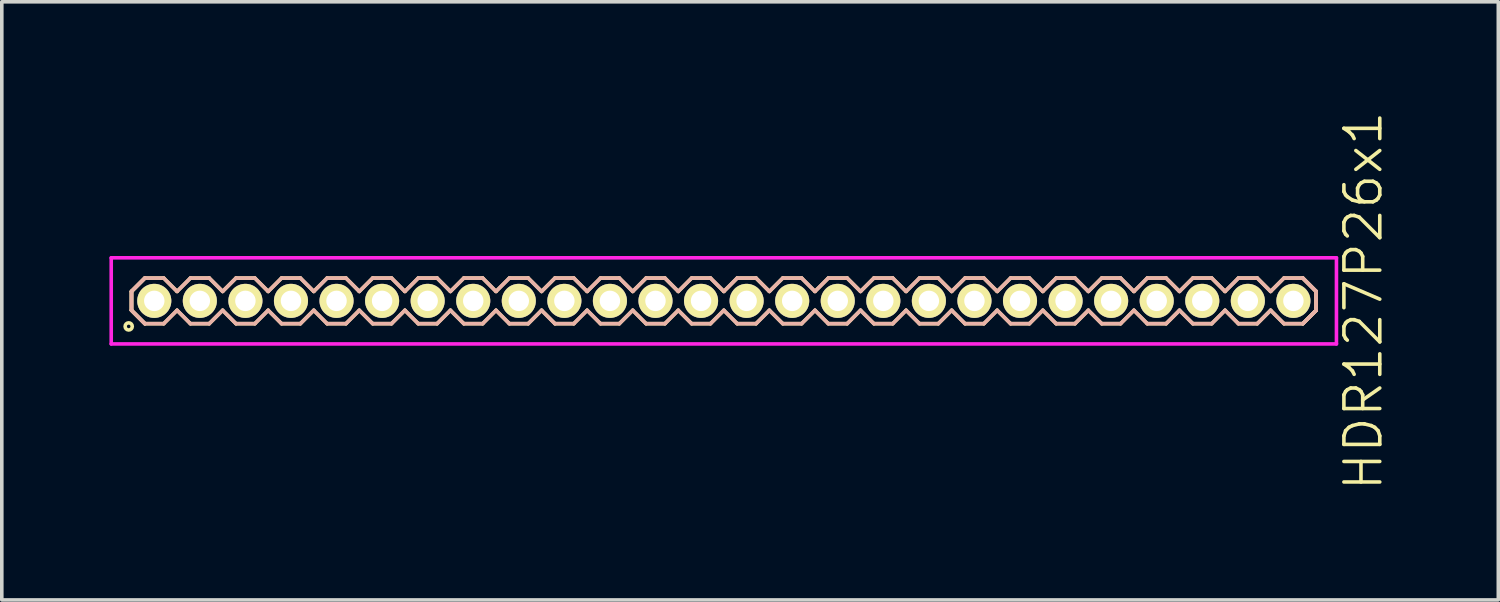
<source format=kicad_pcb>
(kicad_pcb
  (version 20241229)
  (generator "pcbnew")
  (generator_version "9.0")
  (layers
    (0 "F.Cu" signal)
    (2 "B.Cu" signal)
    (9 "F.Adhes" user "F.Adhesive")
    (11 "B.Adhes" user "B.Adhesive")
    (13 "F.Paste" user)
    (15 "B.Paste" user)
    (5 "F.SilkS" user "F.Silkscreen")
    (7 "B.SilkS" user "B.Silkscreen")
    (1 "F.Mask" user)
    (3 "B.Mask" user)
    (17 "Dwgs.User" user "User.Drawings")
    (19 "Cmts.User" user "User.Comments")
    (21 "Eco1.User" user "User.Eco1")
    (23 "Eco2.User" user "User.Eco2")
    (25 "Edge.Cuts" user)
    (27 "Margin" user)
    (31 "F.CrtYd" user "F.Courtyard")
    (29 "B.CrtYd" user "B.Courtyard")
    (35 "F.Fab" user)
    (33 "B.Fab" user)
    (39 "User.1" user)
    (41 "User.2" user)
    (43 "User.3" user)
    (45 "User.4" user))
  (footprint "HDR127P26x1"
    (layer "F.Cu")
    (at 17.125 5.336)
    (property "Reference" "HDR127P26x1" (at 17.825 0 90) (layer "F.SilkS") (effects (font (size 1 1) (thickness 0.1))))
    (attr through_hole)
    (fp_line (start -16.51 -0.263) (end -16.138 -0.635) (stroke (width 0.1) (type solid)) (layer "F.SilkS"))
    (fp_line (start -16.51 -0.263) (end -16.138 -0.635) (stroke (width 0.1) (type solid)) (layer "F.SilkS"))
    (fp_line (start -16.51 0.263) (end -16.51 -0.263) (stroke (width 0.1) (type solid)) (layer "F.SilkS"))
    (fp_line (start -16.51 0.263) (end -16.51 -0.263) (stroke (width 0.1) (type solid)) (layer "F.SilkS"))
    (fp_line (start -16.138 -0.635) (end -15.612 -0.635) (stroke (width 0.1) (type solid)) (layer "F.SilkS"))
    (fp_line (start -16.138 0.635) (end -16.51 0.263) (stroke (width 0.1) (type solid)) (layer "F.SilkS"))
    (fp_line (start -16.138 0.635) (end -16.51 0.263) (stroke (width 0.1) (type solid)) (layer "F.SilkS"))
    (fp_line (start -15.612 -0.635) (end -15.24 -0.263) (stroke (width 0.1) (type solid)) (layer "F.SilkS"))
    (fp_line (start -15.612 0.635) (end -16.138 0.635) (stroke (width 0.1) (type solid)) (layer "F.SilkS"))
    (fp_line (start -15.24 -0.263) (end -14.868 -0.635) (stroke (width 0.1) (type solid)) (layer "F.SilkS"))
    (fp_line (start -15.24 0.263) (end -15.612 0.635) (stroke (width 0.1) (type solid)) (layer "F.SilkS"))
    (fp_line (start -14.868 -0.635) (end -14.342 -0.635) (stroke (width 0.1) (type solid)) (layer "F.SilkS"))
    (fp_line (start -14.868 0.635) (end -15.24 0.263) (stroke (width 0.1) (type solid)) (layer "F.SilkS"))
    (fp_line (start -14.342 -0.635) (end -13.97 -0.263) (stroke (width 0.1) (type solid)) (layer "F.SilkS"))
    (fp_line (start -14.342 0.635) (end -14.868 0.635) (stroke (width 0.1) (type solid)) (layer "F.SilkS"))
    (fp_line (start -13.97 -0.263) (end -13.598 -0.635) (stroke (width 0.1) (type solid)) (layer "F.SilkS"))
    (fp_line (start -13.97 0.263) (end -14.342 0.635) (stroke (width 0.1) (type solid)) (layer "F.SilkS"))
    (fp_line (start -13.598 -0.635) (end -13.072 -0.635) (stroke (width 0.1) (type solid)) (layer "F.SilkS"))
    (fp_line (start -13.598 0.635) (end -13.97 0.263) (stroke (width 0.1) (type solid)) (layer "F.SilkS"))
    (fp_line (start -13.072 -0.635) (end -12.7 -0.263) (stroke (width 0.1) (type solid)) (layer "F.SilkS"))
    (fp_line (start -13.072 0.635) (end -13.598 0.635) (stroke (width 0.1) (type solid)) (layer "F.SilkS"))
    (fp_line (start -12.7 -0.263) (end -12.328 -0.635) (stroke (width 0.1) (type solid)) (layer "F.SilkS"))
    (fp_line (start -12.7 0.263) (end -13.072 0.635) (stroke (width 0.1) (type solid)) (layer "F.SilkS"))
    (fp_line (start -12.328 -0.635) (end -11.802 -0.635) (stroke (width 0.1) (type solid)) (layer "F.SilkS"))
    (fp_line (start -12.328 0.635) (end -12.7 0.263) (stroke (width 0.1) (type solid)) (layer "F.SilkS"))
    (fp_line (start -11.802 -0.635) (end -11.43 -0.263) (stroke (width 0.1) (type solid)) (layer "F.SilkS"))
    (fp_line (start -11.802 0.635) (end -12.328 0.635) (stroke (width 0.1) (type solid)) (layer "F.SilkS"))
    (fp_line (start -11.43 -0.263) (end -11.058 -0.635) (stroke (width 0.1) (type solid)) (layer "F.SilkS"))
    (fp_line (start -11.43 0.263) (end -11.802 0.635) (stroke (width 0.1) (type solid)) (layer "F.SilkS"))
    (fp_line (start -11.058 -0.635) (end -10.532 -0.635) (stroke (width 0.1) (type solid)) (layer "F.SilkS"))
    (fp_line (start -11.058 0.635) (end -11.43 0.263) (stroke (width 0.1) (type solid)) (layer "F.SilkS"))
    (fp_line (start -10.532 -0.635) (end -10.16 -0.263) (stroke (width 0.1) (type solid)) (layer "F.SilkS"))
    (fp_line (start -10.532 0.635) (end -11.058 0.635) (stroke (width 0.1) (type solid)) (layer "F.SilkS"))
    (fp_line (start -10.16 -0.263) (end -9.788 -0.635) (stroke (width 0.1) (type solid)) (layer "F.SilkS"))
    (fp_line (start -10.16 0.263) (end -10.532 0.635) (stroke (width 0.1) (type solid)) (layer "F.SilkS"))
    (fp_line (start -9.788 -0.635) (end -9.262 -0.635) (stroke (width 0.1) (type solid)) (layer "F.SilkS"))
    (fp_line (start -9.788 0.635) (end -10.16 0.263) (stroke (width 0.1) (type solid)) (layer "F.SilkS"))
    (fp_line (start -9.262 -0.635) (end -8.89 -0.263) (stroke (width 0.1) (type solid)) (layer "F.SilkS"))
    (fp_line (start -9.262 0.635) (end -9.788 0.635) (stroke (width 0.1) (type solid)) (layer "F.SilkS"))
    (fp_line (start -8.89 -0.263) (end -8.518 -0.635) (stroke (width 0.1) (type solid)) (layer "F.SilkS"))
    (fp_line (start -8.89 0.263) (end -9.262 0.635) (stroke (width 0.1) (type solid)) (layer "F.SilkS"))
    (fp_line (start -8.518 -0.635) (end -7.992 -0.635) (stroke (width 0.1) (type solid)) (layer "F.SilkS"))
    (fp_line (start -8.518 0.635) (end -8.89 0.263) (stroke (width 0.1) (type solid)) (layer "F.SilkS"))
    (fp_line (start -7.992 -0.635) (end -7.62 -0.263) (stroke (width 0.1) (type solid)) (layer "F.SilkS"))
    (fp_line (start -7.992 0.635) (end -8.518 0.635) (stroke (width 0.1) (type solid)) (layer "F.SilkS"))
    (fp_line (start -7.62 -0.263) (end -7.248 -0.635) (stroke (width 0.1) (type solid)) (layer "F.SilkS"))
    (fp_line (start -7.62 0.263) (end -7.992 0.635) (stroke (width 0.1) (type solid)) (layer "F.SilkS"))
    (fp_line (start -7.248 -0.635) (end -6.722 -0.635) (stroke (width 0.1) (type solid)) (layer "F.SilkS"))
    (fp_line (start -7.248 0.635) (end -7.62 0.263) (stroke (width 0.1) (type solid)) (layer "F.SilkS"))
    (fp_line (start -6.722 -0.635) (end -6.35 -0.263) (stroke (width 0.1) (type solid)) (layer "F.SilkS"))
    (fp_line (start -6.722 0.635) (end -7.248 0.635) (stroke (width 0.1) (type solid)) (layer "F.SilkS"))
    (fp_line (start -6.35 -0.263) (end -5.978 -0.635) (stroke (width 0.1) (type solid)) (layer "F.SilkS"))
    (fp_line (start -6.35 0.263) (end -6.722 0.635) (stroke (width 0.1) (type solid)) (layer "F.SilkS"))
    (fp_line (start -5.978 -0.635) (end -5.452 -0.635) (stroke (width 0.1) (type solid)) (layer "F.SilkS"))
    (fp_line (start -5.978 0.635) (end -6.35 0.263) (stroke (width 0.1) (type solid)) (layer "F.SilkS"))
    (fp_line (start -5.452 -0.635) (end -5.08 -0.263) (stroke (width 0.1) (type solid)) (layer "F.SilkS"))
    (fp_line (start -5.452 0.635) (end -5.978 0.635) (stroke (width 0.1) (type solid)) (layer "F.SilkS"))
    (fp_line (start -5.08 -0.263) (end -4.708 -0.635) (stroke (width 0.1) (type solid)) (layer "F.SilkS"))
    (fp_line (start -5.08 0.263) (end -5.452 0.635) (stroke (width 0.1) (type solid)) (layer "F.SilkS"))
    (fp_line (start -4.708 -0.635) (end -4.182 -0.635) (stroke (width 0.1) (type solid)) (layer "F.SilkS"))
    (fp_line (start -4.708 0.635) (end -5.08 0.263) (stroke (width 0.1) (type solid)) (layer "F.SilkS"))
    (fp_line (start -4.182 -0.635) (end -3.81 -0.263) (stroke (width 0.1) (type solid)) (layer "F.SilkS"))
    (fp_line (start -4.182 0.635) (end -4.708 0.635) (stroke (width 0.1) (type solid)) (layer "F.SilkS"))
    (fp_line (start -3.81 -0.263) (end -3.438 -0.635) (stroke (width 0.1) (type solid)) (layer "F.SilkS"))
    (fp_line (start -3.81 0.263) (end -4.182 0.635) (stroke (width 0.1) (type solid)) (layer "F.SilkS"))
    (fp_line (start -3.438 -0.635) (end -2.912 -0.635) (stroke (width 0.1) (type solid)) (layer "F.SilkS"))
    (fp_line (start -3.438 0.635) (end -3.81 0.263) (stroke (width 0.1) (type solid)) (layer "F.SilkS"))
    (fp_line (start -2.912 -0.635) (end -2.54 -0.263) (stroke (width 0.1) (type solid)) (layer "F.SilkS"))
    (fp_line (start -2.912 0.635) (end -3.438 0.635) (stroke (width 0.1) (type solid)) (layer "F.SilkS"))
    (fp_line (start -2.54 -0.263) (end -2.168 -0.635) (stroke (width 0.1) (type solid)) (layer "F.SilkS"))
    (fp_line (start -2.54 0.263) (end -2.912 0.635) (stroke (width 0.1) (type solid)) (layer "F.SilkS"))
    (fp_line (start -2.168 -0.635) (end -1.642 -0.635) (stroke (width 0.1) (type solid)) (layer "F.SilkS"))
    (fp_line (start -2.168 0.635) (end -2.54 0.263) (stroke (width 0.1) (type solid)) (layer "F.SilkS"))
    (fp_line (start -1.642 -0.635) (end -1.27 -0.263) (stroke (width 0.1) (type solid)) (layer "F.SilkS"))
    (fp_line (start -1.642 0.635) (end -2.168 0.635) (stroke (width 0.1) (type solid)) (layer "F.SilkS"))
    (fp_line (start -1.27 -0.263) (end -0.898 -0.635) (stroke (width 0.1) (type solid)) (layer "F.SilkS"))
    (fp_line (start -1.27 0.263) (end -1.642 0.635) (stroke (width 0.1) (type solid)) (layer "F.SilkS"))
    (fp_line (start -0.898 -0.635) (end -0.372 -0.635) (stroke (width 0.1) (type solid)) (layer "F.SilkS"))
    (fp_line (start -0.898 0.635) (end -1.27 0.263) (stroke (width 0.1) (type solid)) (layer "F.SilkS"))
    (fp_line (start -0.372 -0.635) (end 0 -0.263) (stroke (width 0.1) (type solid)) (layer "F.SilkS"))
    (fp_line (start -0.372 0.635) (end -0.898 0.635) (stroke (width 0.1) (type solid)) (layer "F.SilkS"))
    (fp_line (start 0 -0.263) (end 0.372 -0.635) (stroke (width 0.1) (type solid)) (layer "F.SilkS"))
    (fp_line (start 0 0.263) (end -0.372 0.635) (stroke (width 0.1) (type solid)) (layer "F.SilkS"))
    (fp_line (start 0.372 -0.635) (end 0.898 -0.635) (stroke (width 0.1) (type solid)) (layer "F.SilkS"))
    (fp_line (start 0.372 0.635) (end 0 0.263) (stroke (width 0.1) (type solid)) (layer "F.SilkS"))
    (fp_line (start 0.898 -0.635) (end 1.27 -0.263) (stroke (width 0.1) (type solid)) (layer "F.SilkS"))
    (fp_line (start 0.898 0.635) (end 0.372 0.635) (stroke (width 0.1) (type solid)) (layer "F.SilkS"))
    (fp_line (start 1.27 -0.263) (end 1.642 -0.635) (stroke (width 0.1) (type solid)) (layer "F.SilkS"))
    (fp_line (start 1.27 0.263) (end 0.898 0.635) (stroke (width 0.1) (type solid)) (layer "F.SilkS"))
    (fp_line (start 1.642 -0.635) (end 2.168 -0.635) (stroke (width 0.1) (type solid)) (layer "F.SilkS"))
    (fp_line (start 1.642 0.635) (end 1.27 0.263) (stroke (width 0.1) (type solid)) (layer "F.SilkS"))
    (fp_line (start 2.168 -0.635) (end 2.54 -0.263) (stroke (width 0.1) (type solid)) (layer "F.SilkS"))
    (fp_line (start 2.168 0.635) (end 1.642 0.635) (stroke (width 0.1) (type solid)) (layer "F.SilkS"))
    (fp_line (start 2.54 -0.263) (end 2.912 -0.635) (stroke (width 0.1) (type solid)) (layer "F.SilkS"))
    (fp_line (start 2.54 0.263) (end 2.168 0.635) (stroke (width 0.1) (type solid)) (layer "F.SilkS"))
    (fp_line (start 2.912 -0.635) (end 3.438 -0.635) (stroke (width 0.1) (type solid)) (layer "F.SilkS"))
    (fp_line (start 2.912 0.635) (end 2.54 0.263) (stroke (width 0.1) (type solid)) (layer "F.SilkS"))
    (fp_line (start 3.438 -0.635) (end 3.81 -0.263) (stroke (width 0.1) (type solid)) (layer "F.SilkS"))
    (fp_line (start 3.438 0.635) (end 2.912 0.635) (stroke (width 0.1) (type solid)) (layer "F.SilkS"))
    (fp_line (start 3.81 -0.263) (end 4.182 -0.635) (stroke (width 0.1) (type solid)) (layer "F.SilkS"))
    (fp_line (start 3.81 0.263) (end 3.438 0.635) (stroke (width 0.1) (type solid)) (layer "F.SilkS"))
    (fp_line (start 4.182 -0.635) (end 4.708 -0.635) (stroke (width 0.1) (type solid)) (layer "F.SilkS"))
    (fp_line (start 4.182 0.635) (end 3.81 0.263) (stroke (width 0.1) (type solid)) (layer "F.SilkS"))
    (fp_line (start 4.708 -0.635) (end 5.08 -0.263) (stroke (width 0.1) (type solid)) (layer "F.SilkS"))
    (fp_line (start 4.708 0.635) (end 4.182 0.635) (stroke (width 0.1) (type solid)) (layer "F.SilkS"))
    (fp_line (start 5.08 -0.263) (end 5.452 -0.635) (stroke (width 0.1) (type solid)) (layer "F.SilkS"))
    (fp_line (start 5.08 0.263) (end 4.708 0.635) (stroke (width 0.1) (type solid)) (layer "F.SilkS"))
    (fp_line (start 5.452 -0.635) (end 5.978 -0.635) (stroke (width 0.1) (type solid)) (layer "F.SilkS"))
    (fp_line (start 5.452 0.635) (end 5.08 0.263) (stroke (width 0.1) (type solid)) (layer "F.SilkS"))
    (fp_line (start 5.978 -0.635) (end 6.35 -0.263) (stroke (width 0.1) (type solid)) (layer "F.SilkS"))
    (fp_line (start 5.978 0.635) (end 5.452 0.635) (stroke (width 0.1) (type solid)) (layer "F.SilkS"))
    (fp_line (start 6.35 -0.263) (end 6.722 -0.635) (stroke (width 0.1) (type solid)) (layer "F.SilkS"))
    (fp_line (start 6.35 0.263) (end 5.978 0.635) (stroke (width 0.1) (type solid)) (layer "F.SilkS"))
    (fp_line (start 6.722 -0.635) (end 7.248 -0.635) (stroke (width 0.1) (type solid)) (layer "F.SilkS"))
    (fp_line (start 6.722 0.635) (end 6.35 0.263) (stroke (width 0.1) (type solid)) (layer "F.SilkS"))
    (fp_line (start 7.248 -0.635) (end 7.62 -0.263) (stroke (width 0.1) (type solid)) (layer "F.SilkS"))
    (fp_line (start 7.248 0.635) (end 6.722 0.635) (stroke (width 0.1) (type solid)) (layer "F.SilkS"))
    (fp_line (start 7.62 -0.263) (end 7.992 -0.635) (stroke (width 0.1) (type solid)) (layer "F.SilkS"))
    (fp_line (start 7.62 0.263) (end 7.248 0.635) (stroke (width 0.1) (type solid)) (layer "F.SilkS"))
    (fp_line (start 7.992 -0.635) (end 8.518 -0.635) (stroke (width 0.1) (type solid)) (layer "F.SilkS"))
    (fp_line (start 7.992 0.635) (end 7.62 0.263) (stroke (width 0.1) (type solid)) (layer "F.SilkS"))
    (fp_line (start 8.518 -0.635) (end 8.89 -0.263) (stroke (width 0.1) (type solid)) (layer "F.SilkS"))
    (fp_line (start 8.518 0.635) (end 7.992 0.635) (stroke (width 0.1) (type solid)) (layer "F.SilkS"))
    (fp_line (start 8.89 -0.263) (end 9.262 -0.635) (stroke (width 0.1) (type solid)) (layer "F.SilkS"))
    (fp_line (start 8.89 0.263) (end 8.518 0.635) (stroke (width 0.1) (type solid)) (layer "F.SilkS"))
    (fp_line (start 9.262 -0.635) (end 9.788 -0.635) (stroke (width 0.1) (type solid)) (layer "F.SilkS"))
    (fp_line (start 9.262 0.635) (end 8.89 0.263) (stroke (width 0.1) (type solid)) (layer "F.SilkS"))
    (fp_line (start 9.788 -0.635) (end 10.16 -0.263) (stroke (width 0.1) (type solid)) (layer "F.SilkS"))
    (fp_line (start 9.788 0.635) (end 9.262 0.635) (stroke (width 0.1) (type solid)) (layer "F.SilkS"))
    (fp_line (start 10.16 -0.263) (end 10.532 -0.635) (stroke (width 0.1) (type solid)) (layer "F.SilkS"))
    (fp_line (start 10.16 0.263) (end 9.788 0.635) (stroke (width 0.1) (type solid)) (layer "F.SilkS"))
    (fp_line (start 10.532 -0.635) (end 11.058 -0.635) (stroke (width 0.1) (type solid)) (layer "F.SilkS"))
    (fp_line (start 10.532 0.635) (end 10.16 0.263) (stroke (width 0.1) (type solid)) (layer "F.SilkS"))
    (fp_line (start 11.058 -0.635) (end 11.43 -0.263) (stroke (width 0.1) (type solid)) (layer "F.SilkS"))
    (fp_line (start 11.058 0.635) (end 10.532 0.635) (stroke (width 0.1) (type solid)) (layer "F.SilkS"))
    (fp_line (start 11.43 -0.263) (end 11.802 -0.635) (stroke (width 0.1) (type solid)) (layer "F.SilkS"))
    (fp_line (start 11.43 0.263) (end 11.058 0.635) (stroke (width 0.1) (type solid)) (layer "F.SilkS"))
    (fp_line (start 11.802 -0.635) (end 12.328 -0.635) (stroke (width 0.1) (type solid)) (layer "F.SilkS"))
    (fp_line (start 11.802 0.635) (end 11.43 0.263) (stroke (width 0.1) (type solid)) (layer "F.SilkS"))
    (fp_line (start 12.328 -0.635) (end 12.7 -0.263) (stroke (width 0.1) (type solid)) (layer "F.SilkS"))
    (fp_line (start 12.328 0.635) (end 11.802 0.635) (stroke (width 0.1) (type solid)) (layer "F.SilkS"))
    (fp_line (start 12.7 -0.263) (end 13.072 -0.635) (stroke (width 0.1) (type solid)) (layer "F.SilkS"))
    (fp_line (start 12.7 0.263) (end 12.328 0.635) (stroke (width 0.1) (type solid)) (layer "F.SilkS"))
    (fp_line (start 13.072 -0.635) (end 13.598 -0.635) (stroke (width 0.1) (type solid)) (layer "F.SilkS"))
    (fp_line (start 13.072 0.635) (end 12.7 0.263) (stroke (width 0.1) (type solid)) (layer "F.SilkS"))
    (fp_line (start 13.598 -0.635) (end 13.97 -0.263) (stroke (width 0.1) (type solid)) (layer "F.SilkS"))
    (fp_line (start 13.598 0.635) (end 13.072 0.635) (stroke (width 0.1) (type solid)) (layer "F.SilkS"))
    (fp_line (start 13.97 -0.263) (end 14.342 -0.635) (stroke (width 0.1) (type solid)) (layer "F.SilkS"))
    (fp_line (start 13.97 0.263) (end 13.598 0.635) (stroke (width 0.1) (type solid)) (layer "F.SilkS"))
    (fp_line (start 14.342 -0.635) (end 14.868 -0.635) (stroke (width 0.1) (type solid)) (layer "F.SilkS"))
    (fp_line (start 14.342 0.635) (end 13.97 0.263) (stroke (width 0.1) (type solid)) (layer "F.SilkS"))
    (fp_line (start 14.868 -0.635) (end 15.24 -0.263) (stroke (width 0.1) (type solid)) (layer "F.SilkS"))
    (fp_line (start 14.868 0.635) (end 14.342 0.635) (stroke (width 0.1) (type solid)) (layer "F.SilkS"))
    (fp_line (start 15.24 -0.263) (end 15.612 -0.635) (stroke (width 0.1) (type solid)) (layer "F.SilkS"))
    (fp_line (start 15.24 0.263) (end 14.868 0.635) (stroke (width 0.1) (type solid)) (layer "F.SilkS"))
    (fp_line (start 15.612 -0.635) (end 16.138 -0.635) (stroke (width 0.1) (type solid)) (layer "F.SilkS"))
    (fp_line (start 15.612 0.635) (end 15.24 0.263) (stroke (width 0.1) (type solid)) (layer "F.SilkS"))
    (fp_line (start 16.138 -0.635) (end 16.51 -0.263) (stroke (width 0.1) (type solid)) (layer "F.SilkS"))
    (fp_line (start 16.138 -0.635) (end 16.51 -0.263) (stroke (width 0.1) (type solid)) (layer "F.SilkS"))
    (fp_line (start 16.138 0.635) (end 15.612 0.635) (stroke (width 0.1) (type solid)) (layer "F.SilkS"))
    (fp_line (start 16.51 -0.263) (end 16.51 0.263) (stroke (width 0.1) (type solid)) (layer "F.SilkS"))
    (fp_line (start 16.51 -0.263) (end 16.51 0.263) (stroke (width 0.1) (type solid)) (layer "F.SilkS"))
    (fp_line (start 16.51 0.263) (end 16.138 0.635) (stroke (width 0.1) (type solid)) (layer "F.SilkS"))
    (fp_line (start 16.51 0.263) (end 16.138 0.635) (stroke (width 0.1) (type solid)) (layer "F.SilkS"))
    (fp_circle (center -16.588 0.712) (end -16.488 0.712) (stroke (width 0.1) (type solid)) (fill no) (layer "F.SilkS"))
    (fp_line (start -16.51 -0.263) (end -16.138 -0.635) (stroke (width 0.1) (type solid)) (layer "B.SilkS"))
    (fp_line (start -16.51 -0.263) (end -16.138 -0.635) (stroke (width 0.1) (type solid)) (layer "B.SilkS"))
    (fp_line (start -16.51 0.263) (end -16.51 -0.263) (stroke (width 0.1) (type solid)) (layer "B.SilkS"))
    (fp_line (start -16.51 0.263) (end -16.51 -0.263) (stroke (width 0.1) (type solid)) (layer "B.SilkS"))
    (fp_line (start -16.138 -0.635) (end -15.612 -0.635) (stroke (width 0.1) (type solid)) (layer "B.SilkS"))
    (fp_line (start -16.138 0.635) (end -16.51 0.263) (stroke (width 0.1) (type solid)) (layer "B.SilkS"))
    (fp_line (start -16.138 0.635) (end -16.51 0.263) (stroke (width 0.1) (type solid)) (layer "B.SilkS"))
    (fp_line (start -15.612 -0.635) (end -15.24 -0.263) (stroke (width 0.1) (type solid)) (layer "B.SilkS"))
    (fp_line (start -15.612 0.635) (end -16.138 0.635) (stroke (width 0.1) (type solid)) (layer "B.SilkS"))
    (fp_line (start -15.24 -0.263) (end -14.868 -0.635) (stroke (width 0.1) (type solid)) (layer "B.SilkS"))
    (fp_line (start -15.24 0.263) (end -15.612 0.635) (stroke (width 0.1) (type solid)) (layer "B.SilkS"))
    (fp_line (start -14.868 -0.635) (end -14.342 -0.635) (stroke (width 0.1) (type solid)) (layer "B.SilkS"))
    (fp_line (start -14.868 0.635) (end -15.24 0.263) (stroke (width 0.1) (type solid)) (layer "B.SilkS"))
    (fp_line (start -14.342 -0.635) (end -13.97 -0.263) (stroke (width 0.1) (type solid)) (layer "B.SilkS"))
    (fp_line (start -14.342 0.635) (end -14.868 0.635) (stroke (width 0.1) (type solid)) (layer "B.SilkS"))
    (fp_line (start -13.97 -0.263) (end -13.598 -0.635) (stroke (width 0.1) (type solid)) (layer "B.SilkS"))
    (fp_line (start -13.97 0.263) (end -14.342 0.635) (stroke (width 0.1) (type solid)) (layer "B.SilkS"))
    (fp_line (start -13.598 -0.635) (end -13.072 -0.635) (stroke (width 0.1) (type solid)) (layer "B.SilkS"))
    (fp_line (start -13.598 0.635) (end -13.97 0.263) (stroke (width 0.1) (type solid)) (layer "B.SilkS"))
    (fp_line (start -13.072 -0.635) (end -12.7 -0.263) (stroke (width 0.1) (type solid)) (layer "B.SilkS"))
    (fp_line (start -13.072 0.635) (end -13.598 0.635) (stroke (width 0.1) (type solid)) (layer "B.SilkS"))
    (fp_line (start -12.7 -0.263) (end -12.328 -0.635) (stroke (width 0.1) (type solid)) (layer "B.SilkS"))
    (fp_line (start -12.7 0.263) (end -13.072 0.635) (stroke (width 0.1) (type solid)) (layer "B.SilkS"))
    (fp_line (start -12.328 -0.635) (end -11.802 -0.635) (stroke (width 0.1) (type solid)) (layer "B.SilkS"))
    (fp_line (start -12.328 0.635) (end -12.7 0.263) (stroke (width 0.1) (type solid)) (layer "B.SilkS"))
    (fp_line (start -11.802 -0.635) (end -11.43 -0.263) (stroke (width 0.1) (type solid)) (layer "B.SilkS"))
    (fp_line (start -11.802 0.635) (end -12.328 0.635) (stroke (width 0.1) (type solid)) (layer "B.SilkS"))
    (fp_line (start -11.43 -0.263) (end -11.058 -0.635) (stroke (width 0.1) (type solid)) (layer "B.SilkS"))
    (fp_line (start -11.43 0.263) (end -11.802 0.635) (stroke (width 0.1) (type solid)) (layer "B.SilkS"))
    (fp_line (start -11.058 -0.635) (end -10.532 -0.635) (stroke (width 0.1) (type solid)) (layer "B.SilkS"))
    (fp_line (start -11.058 0.635) (end -11.43 0.263) (stroke (width 0.1) (type solid)) (layer "B.SilkS"))
    (fp_line (start -10.532 -0.635) (end -10.16 -0.263) (stroke (width 0.1) (type solid)) (layer "B.SilkS"))
    (fp_line (start -10.532 0.635) (end -11.058 0.635) (stroke (width 0.1) (type solid)) (layer "B.SilkS"))
    (fp_line (start -10.16 -0.263) (end -9.788 -0.635) (stroke (width 0.1) (type solid)) (layer "B.SilkS"))
    (fp_line (start -10.16 0.263) (end -10.532 0.635) (stroke (width 0.1) (type solid)) (layer "B.SilkS"))
    (fp_line (start -9.788 -0.635) (end -9.262 -0.635) (stroke (width 0.1) (type solid)) (layer "B.SilkS"))
    (fp_line (start -9.788 0.635) (end -10.16 0.263) (stroke (width 0.1) (type solid)) (layer "B.SilkS"))
    (fp_line (start -9.262 -0.635) (end -8.89 -0.263) (stroke (width 0.1) (type solid)) (layer "B.SilkS"))
    (fp_line (start -9.262 0.635) (end -9.788 0.635) (stroke (width 0.1) (type solid)) (layer "B.SilkS"))
    (fp_line (start -8.89 -0.263) (end -8.518 -0.635) (stroke (width 0.1) (type solid)) (layer "B.SilkS"))
    (fp_line (start -8.89 0.263) (end -9.262 0.635) (stroke (width 0.1) (type solid)) (layer "B.SilkS"))
    (fp_line (start -8.518 -0.635) (end -7.992 -0.635) (stroke (width 0.1) (type solid)) (layer "B.SilkS"))
    (fp_line (start -8.518 0.635) (end -8.89 0.263) (stroke (width 0.1) (type solid)) (layer "B.SilkS"))
    (fp_line (start -7.992 -0.635) (end -7.62 -0.263) (stroke (width 0.1) (type solid)) (layer "B.SilkS"))
    (fp_line (start -7.992 0.635) (end -8.518 0.635) (stroke (width 0.1) (type solid)) (layer "B.SilkS"))
    (fp_line (start -7.62 -0.263) (end -7.248 -0.635) (stroke (width 0.1) (type solid)) (layer "B.SilkS"))
    (fp_line (start -7.62 0.263) (end -7.992 0.635) (stroke (width 0.1) (type solid)) (layer "B.SilkS"))
    (fp_line (start -7.248 -0.635) (end -6.722 -0.635) (stroke (width 0.1) (type solid)) (layer "B.SilkS"))
    (fp_line (start -7.248 0.635) (end -7.62 0.263) (stroke (width 0.1) (type solid)) (layer "B.SilkS"))
    (fp_line (start -6.722 -0.635) (end -6.35 -0.263) (stroke (width 0.1) (type solid)) (layer "B.SilkS"))
    (fp_line (start -6.722 0.635) (end -7.248 0.635) (stroke (width 0.1) (type solid)) (layer "B.SilkS"))
    (fp_line (start -6.35 -0.263) (end -5.978 -0.635) (stroke (width 0.1) (type solid)) (layer "B.SilkS"))
    (fp_line (start -6.35 0.263) (end -6.722 0.635) (stroke (width 0.1) (type solid)) (layer "B.SilkS"))
    (fp_line (start -5.978 -0.635) (end -5.452 -0.635) (stroke (width 0.1) (type solid)) (layer "B.SilkS"))
    (fp_line (start -5.978 0.635) (end -6.35 0.263) (stroke (width 0.1) (type solid)) (layer "B.SilkS"))
    (fp_line (start -5.452 -0.635) (end -5.08 -0.263) (stroke (width 0.1) (type solid)) (layer "B.SilkS"))
    (fp_line (start -5.452 0.635) (end -5.978 0.635) (stroke (width 0.1) (type solid)) (layer "B.SilkS"))
    (fp_line (start -5.08 -0.263) (end -4.708 -0.635) (stroke (width 0.1) (type solid)) (layer "B.SilkS"))
    (fp_line (start -5.08 0.263) (end -5.452 0.635) (stroke (width 0.1) (type solid)) (layer "B.SilkS"))
    (fp_line (start -4.708 -0.635) (end -4.182 -0.635) (stroke (width 0.1) (type solid)) (layer "B.SilkS"))
    (fp_line (start -4.708 0.635) (end -5.08 0.263) (stroke (width 0.1) (type solid)) (layer "B.SilkS"))
    (fp_line (start -4.182 -0.635) (end -3.81 -0.263) (stroke (width 0.1) (type solid)) (layer "B.SilkS"))
    (fp_line (start -4.182 0.635) (end -4.708 0.635) (stroke (width 0.1) (type solid)) (layer "B.SilkS"))
    (fp_line (start -3.81 -0.263) (end -3.438 -0.635) (stroke (width 0.1) (type solid)) (layer "B.SilkS"))
    (fp_line (start -3.81 0.263) (end -4.182 0.635) (stroke (width 0.1) (type solid)) (layer "B.SilkS"))
    (fp_line (start -3.438 -0.635) (end -2.912 -0.635) (stroke (width 0.1) (type solid)) (layer "B.SilkS"))
    (fp_line (start -3.438 0.635) (end -3.81 0.263) (stroke (width 0.1) (type solid)) (layer "B.SilkS"))
    (fp_line (start -2.912 -0.635) (end -2.54 -0.263) (stroke (width 0.1) (type solid)) (layer "B.SilkS"))
    (fp_line (start -2.912 0.635) (end -3.438 0.635) (stroke (width 0.1) (type solid)) (layer "B.SilkS"))
    (fp_line (start -2.54 -0.263) (end -2.168 -0.635) (stroke (width 0.1) (type solid)) (layer "B.SilkS"))
    (fp_line (start -2.54 0.263) (end -2.912 0.635) (stroke (width 0.1) (type solid)) (layer "B.SilkS"))
    (fp_line (start -2.168 -0.635) (end -1.642 -0.635) (stroke (width 0.1) (type solid)) (layer "B.SilkS"))
    (fp_line (start -2.168 0.635) (end -2.54 0.263) (stroke (width 0.1) (type solid)) (layer "B.SilkS"))
    (fp_line (start -1.642 -0.635) (end -1.27 -0.263) (stroke (width 0.1) (type solid)) (layer "B.SilkS"))
    (fp_line (start -1.642 0.635) (end -2.168 0.635) (stroke (width 0.1) (type solid)) (layer "B.SilkS"))
    (fp_line (start -1.27 -0.263) (end -0.898 -0.635) (stroke (width 0.1) (type solid)) (layer "B.SilkS"))
    (fp_line (start -1.27 0.263) (end -1.642 0.635) (stroke (width 0.1) (type solid)) (layer "B.SilkS"))
    (fp_line (start -0.898 -0.635) (end -0.372 -0.635) (stroke (width 0.1) (type solid)) (layer "B.SilkS"))
    (fp_line (start -0.898 0.635) (end -1.27 0.263) (stroke (width 0.1) (type solid)) (layer "B.SilkS"))
    (fp_line (start -0.372 -0.635) (end 0 -0.263) (stroke (width 0.1) (type solid)) (layer "B.SilkS"))
    (fp_line (start -0.372 0.635) (end -0.898 0.635) (stroke (width 0.1) (type solid)) (layer "B.SilkS"))
    (fp_line (start 0 -0.263) (end 0.372 -0.635) (stroke (width 0.1) (type solid)) (layer "B.SilkS"))
    (fp_line (start 0 0.263) (end -0.372 0.635) (stroke (width 0.1) (type solid)) (layer "B.SilkS"))
    (fp_line (start 0.372 -0.635) (end 0.898 -0.635) (stroke (width 0.1) (type solid)) (layer "B.SilkS"))
    (fp_line (start 0.372 0.635) (end 0 0.263) (stroke (width 0.1) (type solid)) (layer "B.SilkS"))
    (fp_line (start 0.898 -0.635) (end 1.27 -0.263) (stroke (width 0.1) (type solid)) (layer "B.SilkS"))
    (fp_line (start 0.898 0.635) (end 0.372 0.635) (stroke (width 0.1) (type solid)) (layer "B.SilkS"))
    (fp_line (start 1.27 -0.263) (end 1.642 -0.635) (stroke (width 0.1) (type solid)) (layer "B.SilkS"))
    (fp_line (start 1.27 0.263) (end 0.898 0.635) (stroke (width 0.1) (type solid)) (layer "B.SilkS"))
    (fp_line (start 1.642 -0.635) (end 2.168 -0.635) (stroke (width 0.1) (type solid)) (layer "B.SilkS"))
    (fp_line (start 1.642 0.635) (end 1.27 0.263) (stroke (width 0.1) (type solid)) (layer "B.SilkS"))
    (fp_line (start 2.168 -0.635) (end 2.54 -0.263) (stroke (width 0.1) (type solid)) (layer "B.SilkS"))
    (fp_line (start 2.168 0.635) (end 1.642 0.635) (stroke (width 0.1) (type solid)) (layer "B.SilkS"))
    (fp_line (start 2.54 -0.263) (end 2.912 -0.635) (stroke (width 0.1) (type solid)) (layer "B.SilkS"))
    (fp_line (start 2.54 0.263) (end 2.168 0.635) (stroke (width 0.1) (type solid)) (layer "B.SilkS"))
    (fp_line (start 2.912 -0.635) (end 3.438 -0.635) (stroke (width 0.1) (type solid)) (layer "B.SilkS"))
    (fp_line (start 2.912 0.635) (end 2.54 0.263) (stroke (width 0.1) (type solid)) (layer "B.SilkS"))
    (fp_line (start 3.438 -0.635) (end 3.81 -0.263) (stroke (width 0.1) (type solid)) (layer "B.SilkS"))
    (fp_line (start 3.438 0.635) (end 2.912 0.635) (stroke (width 0.1) (type solid)) (layer "B.SilkS"))
    (fp_line (start 3.81 -0.263) (end 4.182 -0.635) (stroke (width 0.1) (type solid)) (layer "B.SilkS"))
    (fp_line (start 3.81 0.263) (end 3.438 0.635) (stroke (width 0.1) (type solid)) (layer "B.SilkS"))
    (fp_line (start 4.182 -0.635) (end 4.708 -0.635) (stroke (width 0.1) (type solid)) (layer "B.SilkS"))
    (fp_line (start 4.182 0.635) (end 3.81 0.263) (stroke (width 0.1) (type solid)) (layer "B.SilkS"))
    (fp_line (start 4.708 -0.635) (end 5.08 -0.263) (stroke (width 0.1) (type solid)) (layer "B.SilkS"))
    (fp_line (start 4.708 0.635) (end 4.182 0.635) (stroke (width 0.1) (type solid)) (layer "B.SilkS"))
    (fp_line (start 5.08 -0.263) (end 5.452 -0.635) (stroke (width 0.1) (type solid)) (layer "B.SilkS"))
    (fp_line (start 5.08 0.263) (end 4.708 0.635) (stroke (width 0.1) (type solid)) (layer "B.SilkS"))
    (fp_line (start 5.452 -0.635) (end 5.978 -0.635) (stroke (width 0.1) (type solid)) (layer "B.SilkS"))
    (fp_line (start 5.452 0.635) (end 5.08 0.263) (stroke (width 0.1) (type solid)) (layer "B.SilkS"))
    (fp_line (start 5.978 -0.635) (end 6.35 -0.263) (stroke (width 0.1) (type solid)) (layer "B.SilkS"))
    (fp_line (start 5.978 0.635) (end 5.452 0.635) (stroke (width 0.1) (type solid)) (layer "B.SilkS"))
    (fp_line (start 6.35 -0.263) (end 6.722 -0.635) (stroke (width 0.1) (type solid)) (layer "B.SilkS"))
    (fp_line (start 6.35 0.263) (end 5.978 0.635) (stroke (width 0.1) (type solid)) (layer "B.SilkS"))
    (fp_line (start 6.722 -0.635) (end 7.248 -0.635) (stroke (width 0.1) (type solid)) (layer "B.SilkS"))
    (fp_line (start 6.722 0.635) (end 6.35 0.263) (stroke (width 0.1) (type solid)) (layer "B.SilkS"))
    (fp_line (start 7.248 -0.635) (end 7.62 -0.263) (stroke (width 0.1) (type solid)) (layer "B.SilkS"))
    (fp_line (start 7.248 0.635) (end 6.722 0.635) (stroke (width 0.1) (type solid)) (layer "B.SilkS"))
    (fp_line (start 7.62 -0.263) (end 7.992 -0.635) (stroke (width 0.1) (type solid)) (layer "B.SilkS"))
    (fp_line (start 7.62 0.263) (end 7.248 0.635) (stroke (width 0.1) (type solid)) (layer "B.SilkS"))
    (fp_line (start 7.992 -0.635) (end 8.518 -0.635) (stroke (width 0.1) (type solid)) (layer "B.SilkS"))
    (fp_line (start 7.992 0.635) (end 7.62 0.263) (stroke (width 0.1) (type solid)) (layer "B.SilkS"))
    (fp_line (start 8.518 -0.635) (end 8.89 -0.263) (stroke (width 0.1) (type solid)) (layer "B.SilkS"))
    (fp_line (start 8.518 0.635) (end 7.992 0.635) (stroke (width 0.1) (type solid)) (layer "B.SilkS"))
    (fp_line (start 8.89 -0.263) (end 9.262 -0.635) (stroke (width 0.1) (type solid)) (layer "B.SilkS"))
    (fp_line (start 8.89 0.263) (end 8.518 0.635) (stroke (width 0.1) (type solid)) (layer "B.SilkS"))
    (fp_line (start 9.262 -0.635) (end 9.788 -0.635) (stroke (width 0.1) (type solid)) (layer "B.SilkS"))
    (fp_line (start 9.262 0.635) (end 8.89 0.263) (stroke (width 0.1) (type solid)) (layer "B.SilkS"))
    (fp_line (start 9.788 -0.635) (end 10.16 -0.263) (stroke (width 0.1) (type solid)) (layer "B.SilkS"))
    (fp_line (start 9.788 0.635) (end 9.262 0.635) (stroke (width 0.1) (type solid)) (layer "B.SilkS"))
    (fp_line (start 10.16 -0.263) (end 10.532 -0.635) (stroke (width 0.1) (type solid)) (layer "B.SilkS"))
    (fp_line (start 10.16 0.263) (end 9.788 0.635) (stroke (width 0.1) (type solid)) (layer "B.SilkS"))
    (fp_line (start 10.532 -0.635) (end 11.058 -0.635) (stroke (width 0.1) (type solid)) (layer "B.SilkS"))
    (fp_line (start 10.532 0.635) (end 10.16 0.263) (stroke (width 0.1) (type solid)) (layer "B.SilkS"))
    (fp_line (start 11.058 -0.635) (end 11.43 -0.263) (stroke (width 0.1) (type solid)) (layer "B.SilkS"))
    (fp_line (start 11.058 0.635) (end 10.532 0.635) (stroke (width 0.1) (type solid)) (layer "B.SilkS"))
    (fp_line (start 11.43 -0.263) (end 11.802 -0.635) (stroke (width 0.1) (type solid)) (layer "B.SilkS"))
    (fp_line (start 11.43 0.263) (end 11.058 0.635) (stroke (width 0.1) (type solid)) (layer "B.SilkS"))
    (fp_line (start 11.802 -0.635) (end 12.328 -0.635) (stroke (width 0.1) (type solid)) (layer "B.SilkS"))
    (fp_line (start 11.802 0.635) (end 11.43 0.263) (stroke (width 0.1) (type solid)) (layer "B.SilkS"))
    (fp_line (start 12.328 -0.635) (end 12.7 -0.263) (stroke (width 0.1) (type solid)) (layer "B.SilkS"))
    (fp_line (start 12.328 0.635) (end 11.802 0.635) (stroke (width 0.1) (type solid)) (layer "B.SilkS"))
    (fp_line (start 12.7 -0.263) (end 13.072 -0.635) (stroke (width 0.1) (type solid)) (layer "B.SilkS"))
    (fp_line (start 12.7 0.263) (end 12.328 0.635) (stroke (width 0.1) (type solid)) (layer "B.SilkS"))
    (fp_line (start 13.072 -0.635) (end 13.598 -0.635) (stroke (width 0.1) (type solid)) (layer "B.SilkS"))
    (fp_line (start 13.072 0.635) (end 12.7 0.263) (stroke (width 0.1) (type solid)) (layer "B.SilkS"))
    (fp_line (start 13.598 -0.635) (end 13.97 -0.263) (stroke (width 0.1) (type solid)) (layer "B.SilkS"))
    (fp_line (start 13.598 0.635) (end 13.072 0.635) (stroke (width 0.1) (type solid)) (layer "B.SilkS"))
    (fp_line (start 13.97 -0.263) (end 14.342 -0.635) (stroke (width 0.1) (type solid)) (layer "B.SilkS"))
    (fp_line (start 13.97 0.263) (end 13.598 0.635) (stroke (width 0.1) (type solid)) (layer "B.SilkS"))
    (fp_line (start 14.342 -0.635) (end 14.868 -0.635) (stroke (width 0.1) (type solid)) (layer "B.SilkS"))
    (fp_line (start 14.342 0.635) (end 13.97 0.263) (stroke (width 0.1) (type solid)) (layer "B.SilkS"))
    (fp_line (start 14.868 -0.635) (end 15.24 -0.263) (stroke (width 0.1) (type solid)) (layer "B.SilkS"))
    (fp_line (start 14.868 0.635) (end 14.342 0.635) (stroke (width 0.1) (type solid)) (layer "B.SilkS"))
    (fp_line (start 15.24 -0.263) (end 15.612 -0.635) (stroke (width 0.1) (type solid)) (layer "B.SilkS"))
    (fp_line (start 15.24 0.263) (end 14.868 0.635) (stroke (width 0.1) (type solid)) (layer "B.SilkS"))
    (fp_line (start 15.612 -0.635) (end 16.138 -0.635) (stroke (width 0.1) (type solid)) (layer "B.SilkS"))
    (fp_line (start 15.612 0.635) (end 15.24 0.263) (stroke (width 0.1) (type solid)) (layer "B.SilkS"))
    (fp_line (start 16.138 -0.635) (end 16.51 -0.263) (stroke (width 0.1) (type solid)) (layer "B.SilkS"))
    (fp_line (start 16.138 -0.635) (end 16.51 -0.263) (stroke (width 0.1) (type solid)) (layer "B.SilkS"))
    (fp_line (start 16.138 0.635) (end 15.612 0.635) (stroke (width 0.1) (type solid)) (layer "B.SilkS"))
    (fp_line (start 16.51 -0.263) (end 16.51 0.263) (stroke (width 0.1) (type solid)) (layer "B.SilkS"))
    (fp_line (start 16.51 -0.263) (end 16.51 0.263) (stroke (width 0.1) (type solid)) (layer "B.SilkS"))
    (fp_line (start 16.51 0.263) (end 16.138 0.635) (stroke (width 0.1) (type solid)) (layer "B.SilkS"))
    (fp_line (start 16.51 0.263) (end 16.138 0.635) (stroke (width 0.1) (type solid)) (layer "B.SilkS"))
    (fp_line (start -17.075 -1.2) (end -17.075 1.2) (stroke (width 0.1) (type solid)) (layer "F.CrtYd"))
    (fp_line (start -17.075 1.2) (end 17.075 1.2) (stroke (width 0.1) (type solid)) (layer "F.CrtYd"))
    (fp_line (start 17.075 -1.2) (end -17.075 -1.2) (stroke (width 0.1) (type solid)) (layer "F.CrtYd"))
    (fp_line (start 17.075 1.2) (end 17.075 -1.2) (stroke (width 0.1) (type solid)) (layer "F.CrtYd"))
    (pad "1" thru_hole oval (at -15.875 0) (size 0.95 0.95) (drill 0.57) (layers "*.Cu" "*.Mask" "F.SilkS"))
    (pad "2" thru_hole oval (at -14.605 0) (size 0.95 0.95) (drill 0.57) (layers "*.Cu" "*.Mask" "F.SilkS"))
    (pad "3" thru_hole oval (at -13.335 0) (size 0.95 0.95) (drill 0.57) (layers "*.Cu" "*.Mask" "F.SilkS"))
    (pad "4" thru_hole oval (at -12.065 0) (size 0.95 0.95) (drill 0.57) (layers "*.Cu" "*.Mask" "F.SilkS"))
    (pad "5" thru_hole oval (at -10.795 0) (size 0.95 0.95) (drill 0.57) (layers "*.Cu" "*.Mask" "F.SilkS"))
    (pad "6" thru_hole oval (at -9.525 0) (size 0.95 0.95) (drill 0.57) (layers "*.Cu" "*.Mask" "F.SilkS"))
    (pad "7" thru_hole oval (at -8.255 0) (size 0.95 0.95) (drill 0.57) (layers "*.Cu" "*.Mask" "F.SilkS"))
    (pad "8" thru_hole oval (at -6.985 0) (size 0.95 0.95) (drill 0.57) (layers "*.Cu" "*.Mask" "F.SilkS"))
    (pad "9" thru_hole oval (at -5.715 0) (size 0.95 0.95) (drill 0.57) (layers "*.Cu" "*.Mask" "F.SilkS"))
    (pad "10" thru_hole oval (at -4.445 0) (size 0.95 0.95) (drill 0.57) (layers "*.Cu" "*.Mask" "F.SilkS"))
    (pad "11" thru_hole oval (at -3.175 0) (size 0.95 0.95) (drill 0.57) (layers "*.Cu" "*.Mask" "F.SilkS"))
    (pad "12" thru_hole oval (at -1.905 0) (size 0.95 0.95) (drill 0.57) (layers "*.Cu" "*.Mask" "F.SilkS"))
    (pad "13" thru_hole oval (at -0.635 0) (size 0.95 0.95) (drill 0.57) (layers "*.Cu" "*.Mask" "F.SilkS"))
    (pad "14" thru_hole oval (at 0.635 0) (size 0.95 0.95) (drill 0.57) (layers "*.Cu" "*.Mask" "F.SilkS"))
    (pad "15" thru_hole oval (at 1.905 0) (size 0.95 0.95) (drill 0.57) (layers "*.Cu" "*.Mask" "F.SilkS"))
    (pad "16" thru_hole oval (at 3.175 0) (size 0.95 0.95) (drill 0.57) (layers "*.Cu" "*.Mask" "F.SilkS"))
    (pad "17" thru_hole oval (at 4.445 0) (size 0.95 0.95) (drill 0.57) (layers "*.Cu" "*.Mask" "F.SilkS"))
    (pad "18" thru_hole oval (at 5.715 0) (size 0.95 0.95) (drill 0.57) (layers "*.Cu" "*.Mask" "F.SilkS"))
    (pad "19" thru_hole oval (at 6.985 0) (size 0.95 0.95) (drill 0.57) (layers "*.Cu" "*.Mask" "F.SilkS"))
    (pad "20" thru_hole oval (at 8.255 0) (size 0.95 0.95) (drill 0.57) (layers "*.Cu" "*.Mask" "F.SilkS"))
    (pad "21" thru_hole oval (at 9.525 0) (size 0.95 0.95) (drill 0.57) (layers "*.Cu" "*.Mask" "F.SilkS"))
    (pad "22" thru_hole oval (at 10.795 0) (size 0.95 0.95) (drill 0.57) (layers "*.Cu" "*.Mask" "F.SilkS"))
    (pad "23" thru_hole oval (at 12.065 0) (size 0.95 0.95) (drill 0.57) (layers "*.Cu" "*.Mask" "F.SilkS"))
    (pad "24" thru_hole oval (at 13.335 0) (size 0.95 0.95) (drill 0.57) (layers "*.Cu" "*.Mask" "F.SilkS"))
    (pad "25" thru_hole oval (at 14.605 0) (size 0.95 0.95) (drill 0.57) (layers "*.Cu" "*.Mask" "F.SilkS"))
    (pad "26" thru_hole oval (at 15.875 0) (size 0.95 0.95) (drill 0.57) (layers "*.Cu" "*.Mask" "F.SilkS")))
  (gr_rect
    (start -3 -3)
    (end 38.711 13.671)
    (stroke (width 0.1) (type default))
    (fill no)
    (layer "Edge.Cuts")))
</source>
